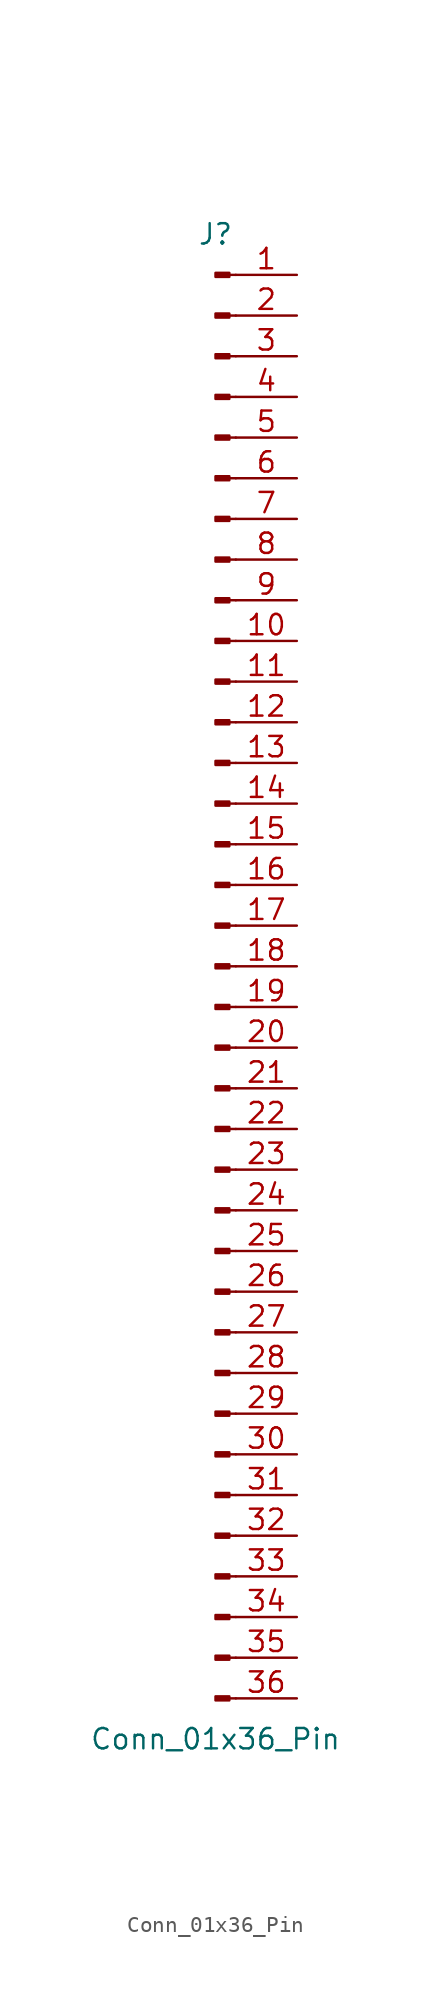
<source format=kicad_sym>
(kicad_symbol_lib
  (version 20220914)
  (generator kicad_symbol_editor)
  (symbol "Conn_01x36_Pin"
    (pin_names
      (offset 1.016) hide)
    (property "Reference" "J"
      (at 0 45.72 0)
      (effects (font (size 1.27 1.27))))
    (property "Value" "Conn_01x36_Pin"
      (at 0 -48.26 0)
      (effects (font (size 1.27 1.27))))
    (property "ki_locked" ""
      (at 0 0 0)
      (effects (font (size 1.27 1.27))))
    (symbol "Conn_01x36_Pin_1_1"
      (polyline (pts (xy 1.27 -45.72) (xy 0.864 -45.72)) (stroke (width 0.152) (type default)) (fill (type none)))
      (polyline (pts (xy 1.27 -43.18) (xy 0.864 -43.18)) (stroke (width 0.152) (type default)) (fill (type none)))
      (polyline (pts (xy 1.27 -40.64) (xy 0.864 -40.64)) (stroke (width 0.152) (type default)) (fill (type none)))
      (polyline (pts (xy 1.27 -38.1) (xy 0.864 -38.1)) (stroke (width 0.152) (type default)) (fill (type none)))
      (polyline (pts (xy 1.27 -35.56) (xy 0.864 -35.56)) (stroke (width 0.152) (type default)) (fill (type none)))
      (polyline (pts (xy 1.27 -33.02) (xy 0.864 -33.02)) (stroke (width 0.152) (type default)) (fill (type none)))
      (polyline (pts (xy 1.27 -30.48) (xy 0.864 -30.48)) (stroke (width 0.152) (type default)) (fill (type none)))
      (polyline (pts (xy 1.27 -27.94) (xy 0.864 -27.94)) (stroke (width 0.152) (type default)) (fill (type none)))
      (polyline (pts (xy 1.27 -25.4) (xy 0.864 -25.4)) (stroke (width 0.152) (type default)) (fill (type none)))
      (polyline (pts (xy 1.27 -22.86) (xy 0.864 -22.86)) (stroke (width 0.152) (type default)) (fill (type none)))
      (polyline (pts (xy 1.27 -20.32) (xy 0.864 -20.32)) (stroke (width 0.152) (type default)) (fill (type none)))
      (polyline (pts (xy 1.27 -17.78) (xy 0.864 -17.78)) (stroke (width 0.152) (type default)) (fill (type none)))
      (polyline (pts (xy 1.27 -15.24) (xy 0.864 -15.24)) (stroke (width 0.152) (type default)) (fill (type none)))
      (polyline (pts (xy 1.27 -12.7) (xy 0.864 -12.7)) (stroke (width 0.152) (type default)) (fill (type none)))
      (polyline (pts (xy 1.27 -10.16) (xy 0.864 -10.16)) (stroke (width 0.152) (type default)) (fill (type none)))
      (polyline (pts (xy 1.27 -7.62) (xy 0.864 -7.62)) (stroke (width 0.152) (type default)) (fill (type none)))
      (polyline (pts (xy 1.27 -5.08) (xy 0.864 -5.08)) (stroke (width 0.152) (type default)) (fill (type none)))
      (polyline (pts (xy 1.27 -2.54) (xy 0.864 -2.54)) (stroke (width 0.152) (type default)) (fill (type none)))
      (polyline (pts (xy 1.27 0) (xy 0.864 0)) (stroke (width 0.152) (type default)) (fill (type none)))
      (polyline (pts (xy 1.27 2.54) (xy 0.864 2.54)) (stroke (width 0.152) (type default)) (fill (type none)))
      (polyline (pts (xy 1.27 5.08) (xy 0.864 5.08)) (stroke (width 0.152) (type default)) (fill (type none)))
      (polyline (pts (xy 1.27 7.62) (xy 0.864 7.62)) (stroke (width 0.152) (type default)) (fill (type none)))
      (polyline (pts (xy 1.27 10.16) (xy 0.864 10.16)) (stroke (width 0.152) (type default)) (fill (type none)))
      (polyline (pts (xy 1.27 12.7) (xy 0.864 12.7)) (stroke (width 0.152) (type default)) (fill (type none)))
      (polyline (pts (xy 1.27 15.24) (xy 0.864 15.24)) (stroke (width 0.152) (type default)) (fill (type none)))
      (polyline (pts (xy 1.27 17.78) (xy 0.864 17.78)) (stroke (width 0.152) (type default)) (fill (type none)))
      (polyline (pts (xy 1.27 20.32) (xy 0.864 20.32)) (stroke (width 0.152) (type default)) (fill (type none)))
      (polyline (pts (xy 1.27 22.86) (xy 0.864 22.86)) (stroke (width 0.152) (type default)) (fill (type none)))
      (polyline (pts (xy 1.27 25.4) (xy 0.864 25.4)) (stroke (width 0.152) (type default)) (fill (type none)))
      (polyline (pts (xy 1.27 27.94) (xy 0.864 27.94)) (stroke (width 0.152) (type default)) (fill (type none)))
      (polyline (pts (xy 1.27 30.48) (xy 0.864 30.48)) (stroke (width 0.152) (type default)) (fill (type none)))
      (polyline (pts (xy 1.27 33.02) (xy 0.864 33.02)) (stroke (width 0.152) (type default)) (fill (type none)))
      (polyline (pts (xy 1.27 35.56) (xy 0.864 35.56)) (stroke (width 0.152) (type default)) (fill (type none)))
      (polyline (pts (xy 1.27 38.1) (xy 0.864 38.1)) (stroke (width 0.152) (type default)) (fill (type none)))
      (polyline (pts (xy 1.27 40.64) (xy 0.864 40.64)) (stroke (width 0.152) (type default)) (fill (type none)))
      (polyline (pts (xy 1.27 43.18) (xy 0.864 43.18)) (stroke (width 0.152) (type default)) (fill (type none)))
      (rectangle (start 0.864 -45.593) (end 0 -45.847) (stroke (width 0.152) (type default)) (fill (type outline)))
      (rectangle (start 0.864 -43.053) (end 0 -43.307) (stroke (width 0.152) (type default)) (fill (type outline)))
      (rectangle (start 0.864 -40.513) (end 0 -40.767) (stroke (width 0.152) (type default)) (fill (type outline)))
      (rectangle (start 0.864 -37.973) (end 0 -38.227) (stroke (width 0.152) (type default)) (fill (type outline)))
      (rectangle (start 0.864 -35.433) (end 0 -35.687) (stroke (width 0.152) (type default)) (fill (type outline)))
      (rectangle (start 0.864 -32.893) (end 0 -33.147) (stroke (width 0.152) (type default)) (fill (type outline)))
      (rectangle (start 0.864 -30.353) (end 0 -30.607) (stroke (width 0.152) (type default)) (fill (type outline)))
      (rectangle (start 0.864 -27.813) (end 0 -28.067) (stroke (width 0.152) (type default)) (fill (type outline)))
      (rectangle (start 0.864 -25.273) (end 0 -25.527) (stroke (width 0.152) (type default)) (fill (type outline)))
      (rectangle (start 0.864 -22.733) (end 0 -22.987) (stroke (width 0.152) (type default)) (fill (type outline)))
      (rectangle (start 0.864 -20.193) (end 0 -20.447) (stroke (width 0.152) (type default)) (fill (type outline)))
      (rectangle (start 0.864 -17.653) (end 0 -17.907) (stroke (width 0.152) (type default)) (fill (type outline)))
      (rectangle (start 0.864 -15.113) (end 0 -15.367) (stroke (width 0.152) (type default)) (fill (type outline)))
      (rectangle (start 0.864 -12.573) (end 0 -12.827) (stroke (width 0.152) (type default)) (fill (type outline)))
      (rectangle (start 0.864 -10.033) (end 0 -10.287) (stroke (width 0.152) (type default)) (fill (type outline)))
      (rectangle (start 0.864 -7.493) (end 0 -7.747) (stroke (width 0.152) (type default)) (fill (type outline)))
      (rectangle (start 0.864 -4.953) (end 0 -5.207) (stroke (width 0.152) (type default)) (fill (type outline)))
      (rectangle (start 0.864 -2.413) (end 0 -2.667) (stroke (width 0.152) (type default)) (fill (type outline)))
      (rectangle (start 0.864 0.127) (end 0 -0.127) (stroke (width 0.152) (type default)) (fill (type outline)))
      (rectangle (start 0.864 2.667) (end 0 2.413) (stroke (width 0.152) (type default)) (fill (type outline)))
      (rectangle (start 0.864 5.207) (end 0 4.953) (stroke (width 0.152) (type default)) (fill (type outline)))
      (rectangle (start 0.864 7.747) (end 0 7.493) (stroke (width 0.152) (type default)) (fill (type outline)))
      (rectangle (start 0.864 10.287) (end 0 10.033) (stroke (width 0.152) (type default)) (fill (type outline)))
      (rectangle (start 0.864 12.827) (end 0 12.573) (stroke (width 0.152) (type default)) (fill (type outline)))
      (rectangle (start 0.864 15.367) (end 0 15.113) (stroke (width 0.152) (type default)) (fill (type outline)))
      (rectangle (start 0.864 17.907) (end 0 17.653) (stroke (width 0.152) (type default)) (fill (type outline)))
      (rectangle (start 0.864 20.447) (end 0 20.193) (stroke (width 0.152) (type default)) (fill (type outline)))
      (rectangle (start 0.864 22.987) (end 0 22.733) (stroke (width 0.152) (type default)) (fill (type outline)))
      (rectangle (start 0.864 25.527) (end 0 25.273) (stroke (width 0.152) (type default)) (fill (type outline)))
      (rectangle (start 0.864 28.067) (end 0 27.813) (stroke (width 0.152) (type default)) (fill (type outline)))
      (rectangle (start 0.864 30.607) (end 0 30.353) (stroke (width 0.152) (type default)) (fill (type outline)))
      (rectangle (start 0.864 33.147) (end 0 32.893) (stroke (width 0.152) (type default)) (fill (type outline)))
      (rectangle (start 0.864 35.687) (end 0 35.433) (stroke (width 0.152) (type default)) (fill (type outline)))
      (rectangle (start 0.864 38.227) (end 0 37.973) (stroke (width 0.152) (type default)) (fill (type outline)))
      (rectangle (start 0.864 40.767) (end 0 40.513) (stroke (width 0.152) (type default)) (fill (type outline)))
      (rectangle (start 0.864 43.307) (end 0 43.053) (stroke (width 0.152) (type default)) (fill (type outline)))
      (pin passive line (at 5.08 43.18 180) (length 3.81) (name "Pin_1" (effects (font (size 1.27 1.27)))) (number "1" (effects (font (size 1.27 1.27)))))
      (pin passive line (at 5.08 20.32 180) (length 3.81) (name "Pin_10" (effects (font (size 1.27 1.27)))) (number "10" (effects (font (size 1.27 1.27)))))
      (pin passive line (at 5.08 17.78 180) (length 3.81) (name "Pin_11" (effects (font (size 1.27 1.27)))) (number "11" (effects (font (size 1.27 1.27)))))
      (pin passive line (at 5.08 15.24 180) (length 3.81) (name "Pin_12" (effects (font (size 1.27 1.27)))) (number "12" (effects (font (size 1.27 1.27)))))
      (pin passive line (at 5.08 12.7 180) (length 3.81) (name "Pin_13" (effects (font (size 1.27 1.27)))) (number "13" (effects (font (size 1.27 1.27)))))
      (pin passive line (at 5.08 10.16 180) (length 3.81) (name "Pin_14" (effects (font (size 1.27 1.27)))) (number "14" (effects (font (size 1.27 1.27)))))
      (pin passive line (at 5.08 7.62 180) (length 3.81) (name "Pin_15" (effects (font (size 1.27 1.27)))) (number "15" (effects (font (size 1.27 1.27)))))
      (pin passive line (at 5.08 5.08 180) (length 3.81) (name "Pin_16" (effects (font (size 1.27 1.27)))) (number "16" (effects (font (size 1.27 1.27)))))
      (pin passive line (at 5.08 2.54 180) (length 3.81) (name "Pin_17" (effects (font (size 1.27 1.27)))) (number "17" (effects (font (size 1.27 1.27)))))
      (pin passive line (at 5.08 0 180) (length 3.81) (name "Pin_18" (effects (font (size 1.27 1.27)))) (number "18" (effects (font (size 1.27 1.27)))))
      (pin passive line (at 5.08 -2.54 180) (length 3.81) (name "Pin_19" (effects (font (size 1.27 1.27)))) (number "19" (effects (font (size 1.27 1.27)))))
      (pin passive line (at 5.08 40.64 180) (length 3.81) (name "Pin_2" (effects (font (size 1.27 1.27)))) (number "2" (effects (font (size 1.27 1.27)))))
      (pin passive line (at 5.08 -5.08 180) (length 3.81) (name "Pin_20" (effects (font (size 1.27 1.27)))) (number "20" (effects (font (size 1.27 1.27)))))
      (pin passive line (at 5.08 -7.62 180) (length 3.81) (name "Pin_21" (effects (font (size 1.27 1.27)))) (number "21" (effects (font (size 1.27 1.27)))))
      (pin passive line (at 5.08 -10.16 180) (length 3.81) (name "Pin_22" (effects (font (size 1.27 1.27)))) (number "22" (effects (font (size 1.27 1.27)))))
      (pin passive line (at 5.08 -12.7 180) (length 3.81) (name "Pin_23" (effects (font (size 1.27 1.27)))) (number "23" (effects (font (size 1.27 1.27)))))
      (pin passive line (at 5.08 -15.24 180) (length 3.81) (name "Pin_24" (effects (font (size 1.27 1.27)))) (number "24" (effects (font (size 1.27 1.27)))))
      (pin passive line (at 5.08 -17.78 180) (length 3.81) (name "Pin_25" (effects (font (size 1.27 1.27)))) (number "25" (effects (font (size 1.27 1.27)))))
      (pin passive line (at 5.08 -20.32 180) (length 3.81) (name "Pin_26" (effects (font (size 1.27 1.27)))) (number "26" (effects (font (size 1.27 1.27)))))
      (pin passive line (at 5.08 -22.86 180) (length 3.81) (name "Pin_27" (effects (font (size 1.27 1.27)))) (number "27" (effects (font (size 1.27 1.27)))))
      (pin passive line (at 5.08 -25.4 180) (length 3.81) (name "Pin_28" (effects (font (size 1.27 1.27)))) (number "28" (effects (font (size 1.27 1.27)))))
      (pin passive line (at 5.08 -27.94 180) (length 3.81) (name "Pin_29" (effects (font (size 1.27 1.27)))) (number "29" (effects (font (size 1.27 1.27)))))
      (pin passive line (at 5.08 38.1 180) (length 3.81) (name "Pin_3" (effects (font (size 1.27 1.27)))) (number "3" (effects (font (size 1.27 1.27)))))
      (pin passive line (at 5.08 -30.48 180) (length 3.81) (name "Pin_30" (effects (font (size 1.27 1.27)))) (number "30" (effects (font (size 1.27 1.27)))))
      (pin passive line (at 5.08 -33.02 180) (length 3.81) (name "Pin_31" (effects (font (size 1.27 1.27)))) (number "31" (effects (font (size 1.27 1.27)))))
      (pin passive line (at 5.08 -35.56 180) (length 3.81) (name "Pin_32" (effects (font (size 1.27 1.27)))) (number "32" (effects (font (size 1.27 1.27)))))
      (pin passive line (at 5.08 -38.1 180) (length 3.81) (name "Pin_33" (effects (font (size 1.27 1.27)))) (number "33" (effects (font (size 1.27 1.27)))))
      (pin passive line (at 5.08 -40.64 180) (length 3.81) (name "Pin_34" (effects (font (size 1.27 1.27)))) (number "34" (effects (font (size 1.27 1.27)))))
      (pin passive line (at 5.08 -43.18 180) (length 3.81) (name "Pin_35" (effects (font (size 1.27 1.27)))) (number "35" (effects (font (size 1.27 1.27)))))
      (pin passive line (at 5.08 -45.72 180) (length 3.81) (name "Pin_36" (effects (font (size 1.27 1.27)))) (number "36" (effects (font (size 1.27 1.27)))))
      (pin passive line (at 5.08 35.56 180) (length 3.81) (name "Pin_4" (effects (font (size 1.27 1.27)))) (number "4" (effects (font (size 1.27 1.27)))))
      (pin passive line (at 5.08 33.02 180) (length 3.81) (name "Pin_5" (effects (font (size 1.27 1.27)))) (number "5" (effects (font (size 1.27 1.27)))))
      (pin passive line (at 5.08 30.48 180) (length 3.81) (name "Pin_6" (effects (font (size 1.27 1.27)))) (number "6" (effects (font (size 1.27 1.27)))))
      (pin passive line (at 5.08 27.94 180) (length 3.81) (name "Pin_7" (effects (font (size 1.27 1.27)))) (number "7" (effects (font (size 1.27 1.27)))))
      (pin passive line (at 5.08 25.4 180) (length 3.81) (name "Pin_8" (effects (font (size 1.27 1.27)))) (number "8" (effects (font (size 1.27 1.27)))))
      (pin passive line (at 5.08 22.86 180) (length 3.81) (name "Pin_9" (effects (font (size 1.27 1.27)))) (number "9" (effects (font (size 1.27 1.27))))))))
</source>
